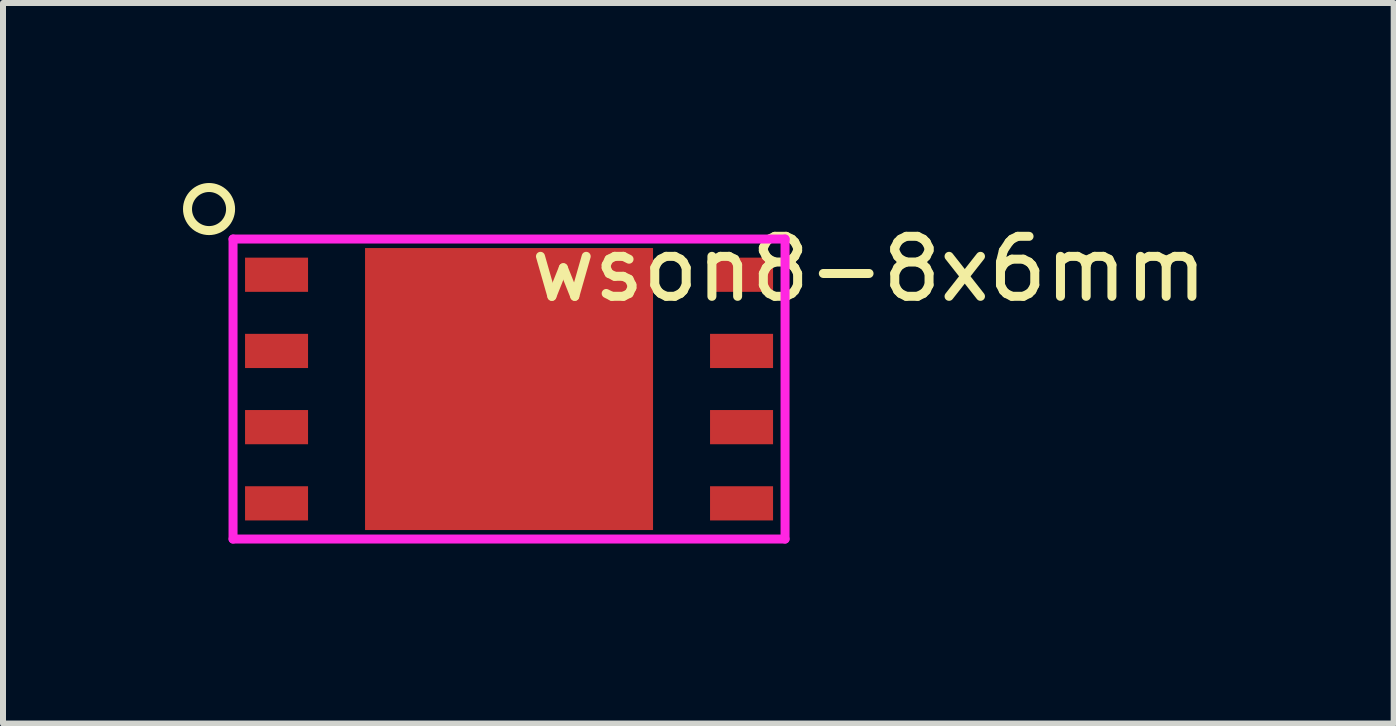
<source format=kicad_pcb>
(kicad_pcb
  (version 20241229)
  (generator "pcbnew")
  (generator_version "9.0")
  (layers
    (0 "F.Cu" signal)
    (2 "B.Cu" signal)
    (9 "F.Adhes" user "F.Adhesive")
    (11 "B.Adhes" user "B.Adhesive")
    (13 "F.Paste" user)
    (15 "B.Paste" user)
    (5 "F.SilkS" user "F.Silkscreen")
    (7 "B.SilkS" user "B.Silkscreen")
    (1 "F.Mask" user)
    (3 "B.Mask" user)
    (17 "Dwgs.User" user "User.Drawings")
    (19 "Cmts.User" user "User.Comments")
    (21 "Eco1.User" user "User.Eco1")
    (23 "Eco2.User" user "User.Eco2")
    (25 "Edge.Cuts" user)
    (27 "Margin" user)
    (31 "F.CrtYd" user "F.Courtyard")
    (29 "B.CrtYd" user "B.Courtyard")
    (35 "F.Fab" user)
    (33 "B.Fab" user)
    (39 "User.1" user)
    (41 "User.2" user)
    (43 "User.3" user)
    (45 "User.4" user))
  (footprint "wson8-8x6mm"
    (layer "F.Cu")
    (at 5.434 3.434)
    (property "Reference" "wson8-8x6mm" (at 6 -2 0) (layer "F.SilkS") (effects (font (size 1 1) (thickness 0.15))))
    (attr through_hole)
    (fp_circle (center -5 -3) (end -4.641 -3) (stroke (width 0.15) (type solid)) (fill no) (layer "F.SilkS"))
    (fp_line (start -4.6 -2.5) (end 4.6 -2.5) (stroke (width 0.15) (type solid)) (layer "F.CrtYd"))
    (fp_line (start -4.6 2.5) (end -4.6 -2.5) (stroke (width 0.15) (type solid)) (layer "F.CrtYd"))
    (fp_line (start 4.6 -2.5) (end 4.6 2.5) (stroke (width 0.15) (type solid)) (layer "F.CrtYd"))
    (fp_line (start 4.6 2.5) (end -4.6 2.5) (stroke (width 0.15) (type solid)) (layer "F.CrtYd"))
    (pad "1" smd rect (at -3.875 -1.905) (size 1.05 0.57) (layers "F.Cu" "F.Mask" "F.Paste"))
    (pad "2" smd rect (at -3.875 -0.635) (size 1.05 0.57) (layers "F.Cu" "F.Mask" "F.Paste"))
    (pad "3" smd rect (at -3.875 0.635) (size 1.05 0.57) (layers "F.Cu" "F.Mask" "F.Paste"))
    (pad "4" smd rect (at -3.875 1.905) (size 1.05 0.57) (layers "F.Cu" "F.Mask" "F.Paste"))
    (pad "5" smd rect (at 3.875 1.905) (size 1.05 0.57) (layers "F.Cu" "F.Mask" "F.Paste"))
    (pad "6" smd rect (at 3.875 0.635) (size 1.05 0.57) (layers "F.Cu" "F.Mask" "F.Paste"))
    (pad "7" smd rect (at 3.875 -0.635) (size 1.05 0.57) (layers "F.Cu" "F.Mask" "F.Paste"))
    (pad "8" smd rect (at 3.875 -1.905) (size 1.05 0.57) (layers "F.Cu" "F.Mask" "F.Paste"))
    (pad "9" smd rect (at 0 0) (size 4.8 4.7) (layers "F.Cu" "F.Mask" "F.Paste")))
  (gr_rect
    (start -3 -3)
    (end 20.178 9.009)
    (stroke (width 0.1) (type default))
    (fill no)
    (layer "Edge.Cuts")))
</source>
